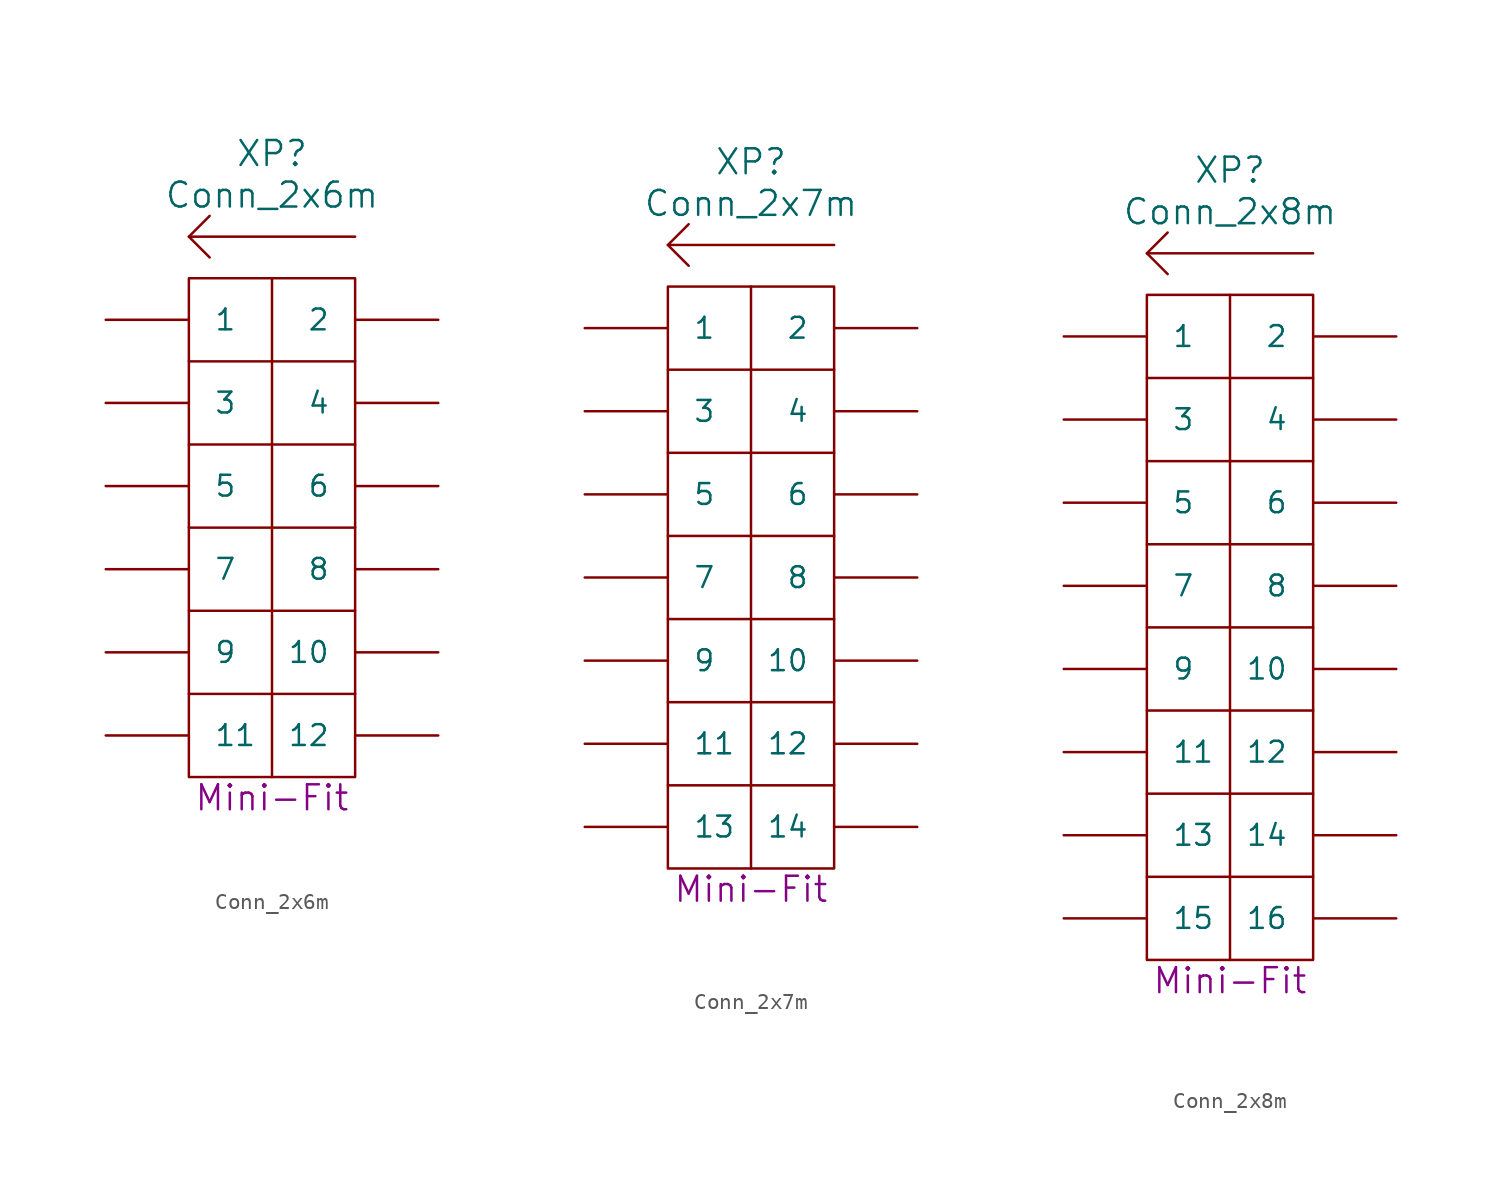
<source format=kicad_sym>
(kicad_symbol_lib
  (version 20220914)
  (generator kicad_symbol_editor)
  (symbol "Conn_2x6m"
    (pin_numbers hide)
    (pin_names
      (offset 1.524))
    (property "Reference" "XP"
      (at 0 22.86 0)
      (do_not_autoplace)
      (effects (font (size 1.524 1.524))))
    (property "Value" "Conn_2x6m"
      (at 0 20.32 0)
      (do_not_autoplace)
      (effects (font (size 1.524 1.524))))
    (property "Datasheet" ""
      (at 0 -6.35 0)
      (effects (font (size 1.524 1.524))))
    (property "Type" "Mini-Fit"
      (at 0 -16.51 0)
      (do_not_autoplace)
      (effects (font (size 1.524 1.524))))
    (symbol "Conn_2x6m_0_0"
      (polyline (pts (xy 5.08 -10.16) (xy -5.08 -10.16)) (stroke (width 0) (type solid)) (fill (type none)))
      (polyline (pts (xy 5.08 -5.08) (xy -5.08 -5.08)) (stroke (width 0) (type solid)) (fill (type none)))
      (polyline (pts (xy 5.08 0) (xy -5.08 0)) (stroke (width 0) (type solid)) (fill (type none)))
      (polyline (pts (xy 5.08 5.08) (xy -5.08 5.08)) (stroke (width 0) (type solid)) (fill (type none)))
      (polyline (pts (xy 5.08 10.16) (xy -5.08 10.16)) (stroke (width 0) (type solid)) (fill (type none)))
      (rectangle (start 5.08 15.24) (end -5.08 -15.24) (stroke (width 0) (type solid)) (fill (type none))))
    (symbol "Conn_2x6m_0_1"
      (polyline (pts (xy 0 15.24) (xy 0 -15.24)) (stroke (width 0) (type solid)) (fill (type none)))
      (polyline (pts (xy 5.08 17.78) (xy -5.08 17.78)) (stroke (width 0) (type solid)) (fill (type none)))
      (polyline (pts (xy -3.81 16.51) (xy -5.08 17.78) (xy -3.81 19.05)) (stroke (width 0) (type solid)) (fill (type none))))
    (symbol "Conn_2x6m_1_1"
      (pin passive line (at -10.16 12.7 0) (length 5.08) (name "1" (effects (font (size 1.27 1.27)))) (number "1" (effects (font (size 1.27 1.27)))))
      (pin passive line (at 10.16 -7.62 180) (length 5.08) (name "10" (effects (font (size 1.27 1.27)))) (number "10" (effects (font (size 1.27 1.27)))))
      (pin passive line (at -10.16 -12.7 0) (length 5.08) (name "11" (effects (font (size 1.27 1.27)))) (number "11" (effects (font (size 1.27 1.27)))))
      (pin passive line (at 10.16 -12.7 180) (length 5.08) (name "12" (effects (font (size 1.27 1.27)))) (number "12" (effects (font (size 1.27 1.27)))))
      (pin passive line (at 10.16 12.7 180) (length 5.08) (name "2" (effects (font (size 1.27 1.27)))) (number "2" (effects (font (size 1.27 1.27)))))
      (pin passive line (at -10.16 7.62 0) (length 5.08) (name "3" (effects (font (size 1.27 1.27)))) (number "3" (effects (font (size 1.27 1.27)))))
      (pin passive line (at 10.16 7.62 180) (length 5.08) (name "4" (effects (font (size 1.27 1.27)))) (number "4" (effects (font (size 1.27 1.27)))))
      (pin passive line (at -10.16 2.54 0) (length 5.08) (name "5" (effects (font (size 1.27 1.27)))) (number "5" (effects (font (size 1.27 1.27)))))
      (pin passive line (at 10.16 2.54 180) (length 5.08) (name "6" (effects (font (size 1.27 1.27)))) (number "6" (effects (font (size 1.27 1.27)))))
      (pin passive line (at -10.16 -2.54 0) (length 5.08) (name "7" (effects (font (size 1.27 1.27)))) (number "7" (effects (font (size 1.27 1.27)))))
      (pin passive line (at 10.16 -2.54 180) (length 5.08) (name "8" (effects (font (size 1.27 1.27)))) (number "8" (effects (font (size 1.27 1.27)))))
      (pin passive line (at -10.16 -7.62 0) (length 5.08) (name "9" (effects (font (size 1.27 1.27)))) (number "9" (effects (font (size 1.27 1.27)))))))
  (symbol "Conn_2x7m"
    (pin_numbers hide)
    (pin_names
      (offset 1.524))
    (property "Reference" "XP"
      (at 0 25.4 0)
      (do_not_autoplace)
      (effects (font (size 1.524 1.524))))
    (property "Value" "Conn_2x7m"
      (at 0 22.86 0)
      (do_not_autoplace)
      (effects (font (size 1.524 1.524))))
    (property "Datasheet" ""
      (at 0 -3.81 0)
      (effects (font (size 1.524 1.524))))
    (property "Type" "Mini-Fit"
      (at 0 -19.05 0)
      (do_not_autoplace)
      (effects (font (size 1.524 1.524))))
    (symbol "Conn_2x7m_0_0"
      (polyline (pts (xy 5.08 -12.7) (xy -5.08 -12.7)) (stroke (width 0) (type solid)) (fill (type none)))
      (polyline (pts (xy 5.08 -7.62) (xy -5.08 -7.62)) (stroke (width 0) (type solid)) (fill (type none)))
      (polyline (pts (xy 5.08 -2.54) (xy -5.08 -2.54)) (stroke (width 0) (type solid)) (fill (type none)))
      (polyline (pts (xy 5.08 2.54) (xy -5.08 2.54)) (stroke (width 0) (type solid)) (fill (type none)))
      (polyline (pts (xy 5.08 7.62) (xy -5.08 7.62)) (stroke (width 0) (type solid)) (fill (type none)))
      (polyline (pts (xy 5.08 12.7) (xy -5.08 12.7)) (stroke (width 0) (type solid)) (fill (type none)))
      (rectangle (start 5.08 17.78) (end -5.08 -17.78) (stroke (width 0) (type solid)) (fill (type none))))
    (symbol "Conn_2x7m_0_1"
      (polyline (pts (xy 0 17.78) (xy 0 -17.78)) (stroke (width 0) (type solid)) (fill (type none)))
      (polyline (pts (xy 5.08 20.32) (xy -5.08 20.32)) (stroke (width 0) (type solid)) (fill (type none)))
      (polyline (pts (xy -3.81 19.05) (xy -5.08 20.32) (xy -3.81 21.59)) (stroke (width 0) (type solid)) (fill (type none))))
    (symbol "Conn_2x7m_1_1"
      (pin passive line (at -10.16 15.24 0) (length 5.08) (name "1" (effects (font (size 1.27 1.27)))) (number "1" (effects (font (size 1.27 1.27)))))
      (pin passive line (at 10.16 -5.08 180) (length 5.08) (name "10" (effects (font (size 1.27 1.27)))) (number "10" (effects (font (size 1.27 1.27)))))
      (pin passive line (at -10.16 -10.16 0) (length 5.08) (name "11" (effects (font (size 1.27 1.27)))) (number "11" (effects (font (size 1.27 1.27)))))
      (pin passive line (at 10.16 -10.16 180) (length 5.08) (name "12" (effects (font (size 1.27 1.27)))) (number "12" (effects (font (size 1.27 1.27)))))
      (pin passive line (at -10.16 -15.24 0) (length 5.08) (name "13" (effects (font (size 1.27 1.27)))) (number "13" (effects (font (size 1.27 1.27)))))
      (pin passive line (at 10.16 -15.24 180) (length 5.08) (name "14" (effects (font (size 1.27 1.27)))) (number "14" (effects (font (size 1.27 1.27)))))
      (pin passive line (at 10.16 15.24 180) (length 5.08) (name "2" (effects (font (size 1.27 1.27)))) (number "2" (effects (font (size 1.27 1.27)))))
      (pin passive line (at -10.16 10.16 0) (length 5.08) (name "3" (effects (font (size 1.27 1.27)))) (number "3" (effects (font (size 1.27 1.27)))))
      (pin passive line (at 10.16 10.16 180) (length 5.08) (name "4" (effects (font (size 1.27 1.27)))) (number "4" (effects (font (size 1.27 1.27)))))
      (pin passive line (at -10.16 5.08 0) (length 5.08) (name "5" (effects (font (size 1.27 1.27)))) (number "5" (effects (font (size 1.27 1.27)))))
      (pin passive line (at 10.16 5.08 180) (length 5.08) (name "6" (effects (font (size 1.27 1.27)))) (number "6" (effects (font (size 1.27 1.27)))))
      (pin passive line (at -10.16 0 0) (length 5.08) (name "7" (effects (font (size 1.27 1.27)))) (number "7" (effects (font (size 1.27 1.27)))))
      (pin passive line (at 10.16 0 180) (length 5.08) (name "8" (effects (font (size 1.27 1.27)))) (number "8" (effects (font (size 1.27 1.27)))))
      (pin passive line (at -10.16 -5.08 0) (length 5.08) (name "9" (effects (font (size 1.27 1.27)))) (number "9" (effects (font (size 1.27 1.27)))))))
  (symbol "Conn_2x8m"
    (pin_numbers hide)
    (pin_names
      (offset 1.524))
    (property "Reference" "XP"
      (at 0 27.94 0)
      (do_not_autoplace)
      (effects (font (size 1.524 1.524))))
    (property "Value" "Conn_2x8m"
      (at 0 25.4 0)
      (do_not_autoplace)
      (effects (font (size 1.524 1.524))))
    (property "Datasheet" ""
      (at 0 -1.27 0)
      (effects (font (size 1.524 1.524))))
    (property "Type" "Mini-Fit"
      (at 0 -21.59 0)
      (do_not_autoplace)
      (effects (font (size 1.524 1.524))))
    (symbol "Conn_2x8m_0_0"
      (polyline (pts (xy 5.08 -10.16) (xy -5.08 -10.16)) (stroke (width 0) (type solid)) (fill (type none)))
      (polyline (pts (xy 5.08 -5.08) (xy -5.08 -5.08)) (stroke (width 0) (type solid)) (fill (type none)))
      (polyline (pts (xy 5.08 0) (xy -5.08 0)) (stroke (width 0) (type solid)) (fill (type none)))
      (polyline (pts (xy 5.08 5.08) (xy -5.08 5.08)) (stroke (width 0) (type solid)) (fill (type none)))
      (polyline (pts (xy 5.08 10.16) (xy -5.08 10.16)) (stroke (width 0) (type solid)) (fill (type none)))
      (polyline (pts (xy 5.08 15.24) (xy -5.08 15.24)) (stroke (width 0) (type solid)) (fill (type none)))
      (rectangle (start 5.08 20.32) (end -5.08 -20.32) (stroke (width 0) (type solid)) (fill (type none))))
    (symbol "Conn_2x8m_0_1"
      (polyline (pts (xy 0 20.32) (xy 0 -20.32)) (stroke (width 0) (type solid)) (fill (type none)))
      (polyline (pts (xy 5.08 22.86) (xy -5.08 22.86)) (stroke (width 0) (type solid)) (fill (type none)))
      (polyline (pts (xy -3.81 21.59) (xy -5.08 22.86) (xy -3.81 24.13)) (stroke (width 0) (type solid)) (fill (type none))))
    (symbol "Conn_2x8m_1_1"
      (polyline (pts (xy 5.08 -15.24) (xy 0 -15.24) (xy -5.08 -15.24)) (stroke (width 0) (type solid)) (fill (type none)))
      (pin passive line (at -10.16 17.78 0) (length 5.08) (name "1" (effects (font (size 1.27 1.27)))) (number "1" (effects (font (size 1.27 1.27)))))
      (pin passive line (at 10.16 -2.54 180) (length 5.08) (name "10" (effects (font (size 1.27 1.27)))) (number "10" (effects (font (size 1.27 1.27)))))
      (pin passive line (at -10.16 -7.62 0) (length 5.08) (name "11" (effects (font (size 1.27 1.27)))) (number "11" (effects (font (size 1.27 1.27)))))
      (pin passive line (at 10.16 -7.62 180) (length 5.08) (name "12" (effects (font (size 1.27 1.27)))) (number "12" (effects (font (size 1.27 1.27)))))
      (pin passive line (at -10.16 -12.7 0) (length 5.08) (name "13" (effects (font (size 1.27 1.27)))) (number "13" (effects (font (size 1.27 1.27)))))
      (pin passive line (at 10.16 -12.7 180) (length 5.08) (name "14" (effects (font (size 1.27 1.27)))) (number "14" (effects (font (size 1.27 1.27)))))
      (pin passive line (at -10.16 -17.78 0) (length 5.08) (name "15" (effects (font (size 1.27 1.27)))) (number "15" (effects (font (size 1.27 1.27)))))
      (pin passive line (at 10.16 -17.78 180) (length 5.08) (name "16" (effects (font (size 1.27 1.27)))) (number "16" (effects (font (size 1.27 1.27)))))
      (pin passive line (at 10.16 17.78 180) (length 5.08) (name "2" (effects (font (size 1.27 1.27)))) (number "2" (effects (font (size 1.27 1.27)))))
      (pin passive line (at -10.16 12.7 0) (length 5.08) (name "3" (effects (font (size 1.27 1.27)))) (number "3" (effects (font (size 1.27 1.27)))))
      (pin passive line (at 10.16 12.7 180) (length 5.08) (name "4" (effects (font (size 1.27 1.27)))) (number "4" (effects (font (size 1.27 1.27)))))
      (pin passive line (at -10.16 7.62 0) (length 5.08) (name "5" (effects (font (size 1.27 1.27)))) (number "5" (effects (font (size 1.27 1.27)))))
      (pin passive line (at 10.16 7.62 180) (length 5.08) (name "6" (effects (font (size 1.27 1.27)))) (number "6" (effects (font (size 1.27 1.27)))))
      (pin passive line (at -10.16 2.54 0) (length 5.08) (name "7" (effects (font (size 1.27 1.27)))) (number "7" (effects (font (size 1.27 1.27)))))
      (pin passive line (at 10.16 2.54 180) (length 5.08) (name "8" (effects (font (size 1.27 1.27)))) (number "8" (effects (font (size 1.27 1.27)))))
      (pin passive line (at -10.16 -2.54 0) (length 5.08) (name "9" (effects (font (size 1.27 1.27)))) (number "9" (effects (font (size 1.27 1.27))))))))
</source>
